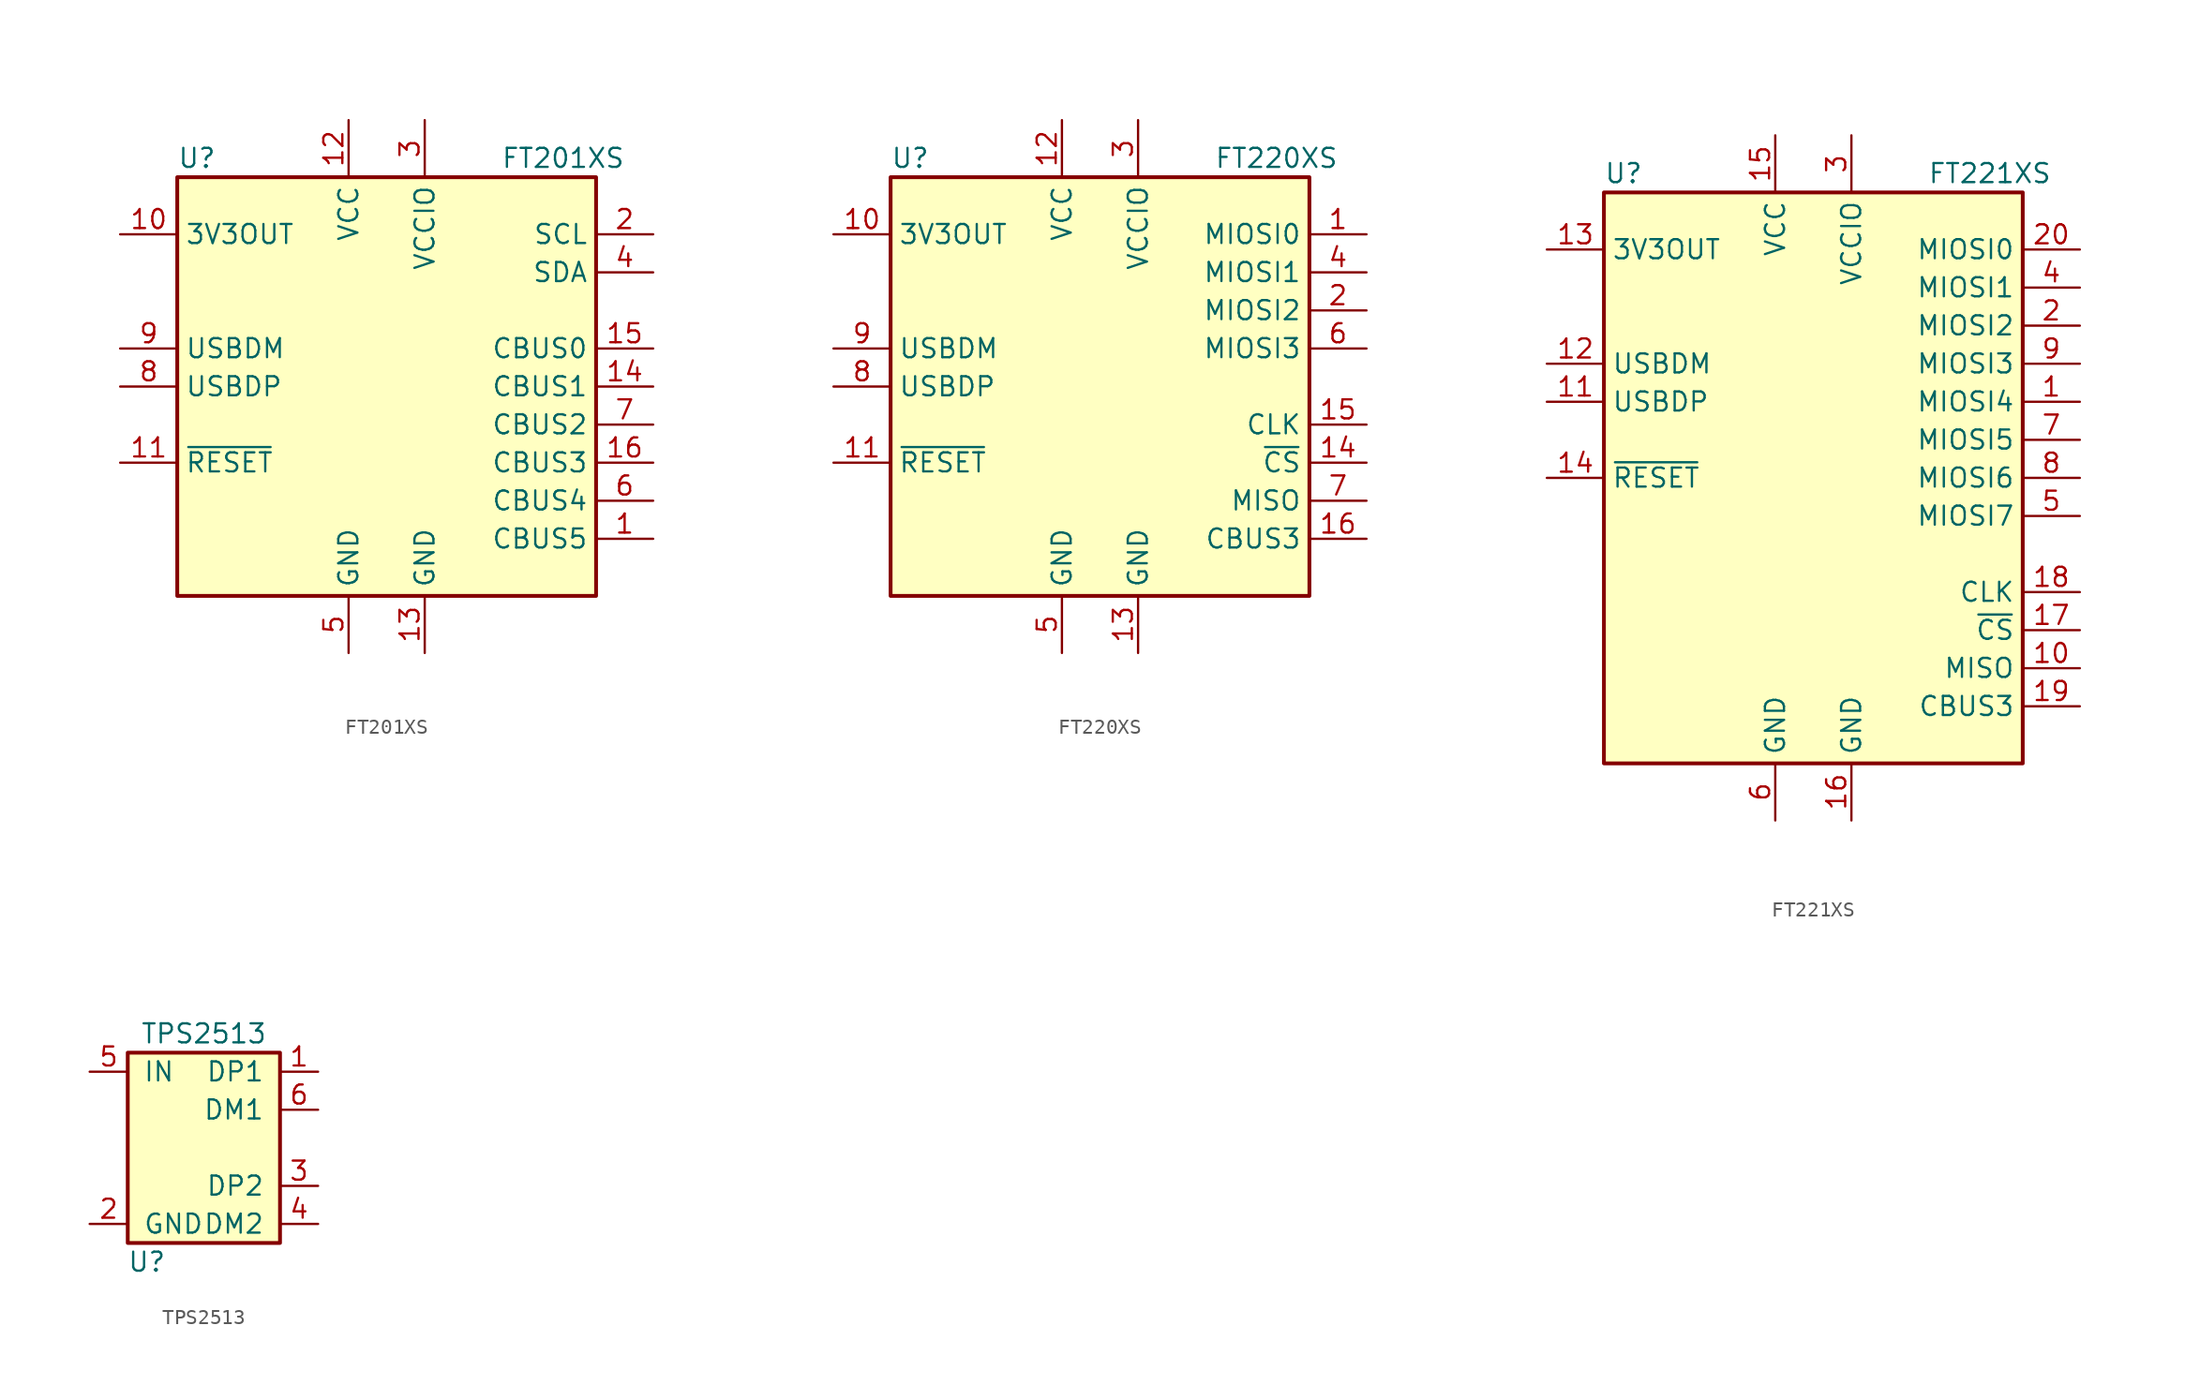
<source format=kicad_sym>
(kicad_symbol_lib
  (version 20220914)
  (generator kicad_symbol_editor)
  (symbol "FT201XS"
    (property "Reference" "U"
      (at -13.97 15.24 0)
      (effects (font (size 1.27 1.27)) (justify left)))
    (property "Value" "FT201XS"
      (at 7.62 15.24 0)
      (effects (font (size 1.27 1.27)) (justify left)))
    (symbol "FT201XS_0_1"
      (rectangle (start -13.97 13.97) (end 13.97 -13.97) (stroke (width 0.254) (type default)) (fill (type background))))
    (symbol "FT201XS_1_1"
      (pin bidirectional line (at 17.78 -10.16 180) (length 3.81) (name "CBUS5" (effects (font (size 1.27 1.27)))) (number "1" (effects (font (size 1.27 1.27)))))
      (pin power_out line (at -17.78 10.16 0) (length 3.81) (name "3V3OUT" (effects (font (size 1.27 1.27)))) (number "10" (effects (font (size 1.27 1.27)))))
      (pin input line (at -17.78 -5.08 0) (length 3.81) (name "~{RESET}" (effects (font (size 1.27 1.27)))) (number "11" (effects (font (size 1.27 1.27)))))
      (pin power_in line (at -2.54 17.78 270) (length 3.81) (name "VCC" (effects (font (size 1.27 1.27)))) (number "12" (effects (font (size 1.27 1.27)))))
      (pin power_in line (at 2.54 -17.78 90) (length 3.81) (name "GND" (effects (font (size 1.27 1.27)))) (number "13" (effects (font (size 1.27 1.27)))))
      (pin bidirectional line (at 17.78 0 180) (length 3.81) (name "CBUS1" (effects (font (size 1.27 1.27)))) (number "14" (effects (font (size 1.27 1.27)))))
      (pin bidirectional line (at 17.78 2.54 180) (length 3.81) (name "CBUS0" (effects (font (size 1.27 1.27)))) (number "15" (effects (font (size 1.27 1.27)))))
      (pin bidirectional line (at 17.78 -5.08 180) (length 3.81) (name "CBUS3" (effects (font (size 1.27 1.27)))) (number "16" (effects (font (size 1.27 1.27)))))
      (pin input line (at 17.78 10.16 180) (length 3.81) (name "SCL" (effects (font (size 1.27 1.27)))) (number "2" (effects (font (size 1.27 1.27)))))
      (pin power_out line (at 2.54 17.78 270) (length 3.81) (name "VCCIO" (effects (font (size 1.27 1.27)))) (number "3" (effects (font (size 1.27 1.27)))))
      (pin bidirectional line (at 17.78 7.62 180) (length 3.81) (name "SDA" (effects (font (size 1.27 1.27)))) (number "4" (effects (font (size 1.27 1.27)))))
      (pin power_in line (at -2.54 -17.78 90) (length 3.81) (name "GND" (effects (font (size 1.27 1.27)))) (number "5" (effects (font (size 1.27 1.27)))))
      (pin bidirectional line (at 17.78 -7.62 180) (length 3.81) (name "CBUS4" (effects (font (size 1.27 1.27)))) (number "6" (effects (font (size 1.27 1.27)))))
      (pin bidirectional line (at 17.78 -2.54 180) (length 3.81) (name "CBUS2" (effects (font (size 1.27 1.27)))) (number "7" (effects (font (size 1.27 1.27)))))
      (pin bidirectional line (at -17.78 0 0) (length 3.81) (name "USBDP" (effects (font (size 1.27 1.27)))) (number "8" (effects (font (size 1.27 1.27)))))
      (pin bidirectional line (at -17.78 2.54 0) (length 3.81) (name "USBDM" (effects (font (size 1.27 1.27)))) (number "9" (effects (font (size 1.27 1.27)))))))
  (symbol "FT220XS"
    (property "Reference" "U"
      (at -13.97 15.24 0)
      (effects (font (size 1.27 1.27)) (justify left)))
    (property "Value" "FT220XS"
      (at 7.62 15.24 0)
      (effects (font (size 1.27 1.27)) (justify left)))
    (symbol "FT220XS_0_1"
      (rectangle (start -13.97 13.97) (end 13.97 -13.97) (stroke (width 0.254) (type default)) (fill (type background))))
    (symbol "FT220XS_1_1"
      (pin input line (at 17.78 10.16 180) (length 3.81) (name "MIOSI0" (effects (font (size 1.27 1.27)))) (number "1" (effects (font (size 1.27 1.27)))))
      (pin power_out line (at -17.78 10.16 0) (length 3.81) (name "3V3OUT" (effects (font (size 1.27 1.27)))) (number "10" (effects (font (size 1.27 1.27)))))
      (pin input line (at -17.78 -5.08 0) (length 3.81) (name "~{RESET}" (effects (font (size 1.27 1.27)))) (number "11" (effects (font (size 1.27 1.27)))))
      (pin power_in line (at -2.54 17.78 270) (length 3.81) (name "VCC" (effects (font (size 1.27 1.27)))) (number "12" (effects (font (size 1.27 1.27)))))
      (pin power_in line (at 2.54 -17.78 90) (length 3.81) (name "GND" (effects (font (size 1.27 1.27)))) (number "13" (effects (font (size 1.27 1.27)))))
      (pin input line (at 17.78 -5.08 180) (length 3.81) (name "~{CS}" (effects (font (size 1.27 1.27)))) (number "14" (effects (font (size 1.27 1.27)))))
      (pin input line (at 17.78 -2.54 180) (length 3.81) (name "CLK" (effects (font (size 1.27 1.27)))) (number "15" (effects (font (size 1.27 1.27)))))
      (pin bidirectional line (at 17.78 -10.16 180) (length 3.81) (name "CBUS3" (effects (font (size 1.27 1.27)))) (number "16" (effects (font (size 1.27 1.27)))))
      (pin input line (at 17.78 5.08 180) (length 3.81) (name "MIOSI2" (effects (font (size 1.27 1.27)))) (number "2" (effects (font (size 1.27 1.27)))))
      (pin power_in line (at 2.54 17.78 270) (length 3.81) (name "VCCIO" (effects (font (size 1.27 1.27)))) (number "3" (effects (font (size 1.27 1.27)))))
      (pin input line (at 17.78 7.62 180) (length 3.81) (name "MIOSI1" (effects (font (size 1.27 1.27)))) (number "4" (effects (font (size 1.27 1.27)))))
      (pin power_in line (at -2.54 -17.78 90) (length 3.81) (name "GND" (effects (font (size 1.27 1.27)))) (number "5" (effects (font (size 1.27 1.27)))))
      (pin input line (at 17.78 2.54 180) (length 3.81) (name "MIOSI3" (effects (font (size 1.27 1.27)))) (number "6" (effects (font (size 1.27 1.27)))))
      (pin input line (at 17.78 -7.62 180) (length 3.81) (name "MISO" (effects (font (size 1.27 1.27)))) (number "7" (effects (font (size 1.27 1.27)))))
      (pin bidirectional line (at -17.78 0 0) (length 3.81) (name "USBDP" (effects (font (size 1.27 1.27)))) (number "8" (effects (font (size 1.27 1.27)))))
      (pin bidirectional line (at -17.78 2.54 0) (length 3.81) (name "USBDM" (effects (font (size 1.27 1.27)))) (number "9" (effects (font (size 1.27 1.27)))))))
  (symbol "FT221XS"
    (property "Reference" "U"
      (at -13.97 20.32 0)
      (effects (font (size 1.27 1.27)) (justify left)))
    (property "Value" "FT221XS"
      (at 7.62 20.32 0)
      (effects (font (size 1.27 1.27)) (justify left)))
    (symbol "FT221XS_0_1"
      (rectangle (start -13.97 19.05) (end 13.97 -19.05) (stroke (width 0.254) (type default)) (fill (type background))))
    (symbol "FT221XS_1_1"
      (pin input line (at 17.78 5.08 180) (length 3.81) (name "MIOSI4" (effects (font (size 1.27 1.27)))) (number "1" (effects (font (size 1.27 1.27)))))
      (pin input line (at 17.78 -12.7 180) (length 3.81) (name "MISO" (effects (font (size 1.27 1.27)))) (number "10" (effects (font (size 1.27 1.27)))))
      (pin bidirectional line (at -17.78 5.08 0) (length 3.81) (name "USBDP" (effects (font (size 1.27 1.27)))) (number "11" (effects (font (size 1.27 1.27)))))
      (pin bidirectional line (at -17.78 7.62 0) (length 3.81) (name "USBDM" (effects (font (size 1.27 1.27)))) (number "12" (effects (font (size 1.27 1.27)))))
      (pin power_out line (at -17.78 15.24 0) (length 3.81) (name "3V3OUT" (effects (font (size 1.27 1.27)))) (number "13" (effects (font (size 1.27 1.27)))))
      (pin input line (at -17.78 0 0) (length 3.81) (name "~{RESET}" (effects (font (size 1.27 1.27)))) (number "14" (effects (font (size 1.27 1.27)))))
      (pin power_in line (at -2.54 22.86 270) (length 3.81) (name "VCC" (effects (font (size 1.27 1.27)))) (number "15" (effects (font (size 1.27 1.27)))))
      (pin power_in line (at 2.54 -22.86 90) (length 3.81) (name "GND" (effects (font (size 1.27 1.27)))) (number "16" (effects (font (size 1.27 1.27)))))
      (pin input line (at 17.78 -10.16 180) (length 3.81) (name "~{CS}" (effects (font (size 1.27 1.27)))) (number "17" (effects (font (size 1.27 1.27)))))
      (pin input line (at 17.78 -7.62 180) (length 3.81) (name "CLK" (effects (font (size 1.27 1.27)))) (number "18" (effects (font (size 1.27 1.27)))))
      (pin bidirectional line (at 17.78 -15.24 180) (length 3.81) (name "CBUS3" (effects (font (size 1.27 1.27)))) (number "19" (effects (font (size 1.27 1.27)))))
      (pin input line (at 17.78 10.16 180) (length 3.81) (name "MIOSI2" (effects (font (size 1.27 1.27)))) (number "2" (effects (font (size 1.27 1.27)))))
      (pin input line (at 17.78 15.24 180) (length 3.81) (name "MIOSI0" (effects (font (size 1.27 1.27)))) (number "20" (effects (font (size 1.27 1.27)))))
      (pin power_in line (at 2.54 22.86 270) (length 3.81) (name "VCCIO" (effects (font (size 1.27 1.27)))) (number "3" (effects (font (size 1.27 1.27)))))
      (pin input line (at 17.78 12.7 180) (length 3.81) (name "MIOSI1" (effects (font (size 1.27 1.27)))) (number "4" (effects (font (size 1.27 1.27)))))
      (pin input line (at 17.78 -2.54 180) (length 3.81) (name "MIOSI7" (effects (font (size 1.27 1.27)))) (number "5" (effects (font (size 1.27 1.27)))))
      (pin power_in line (at -2.54 -22.86 90) (length 3.81) (name "GND" (effects (font (size 1.27 1.27)))) (number "6" (effects (font (size 1.27 1.27)))))
      (pin input line (at 17.78 2.54 180) (length 3.81) (name "MIOSI5" (effects (font (size 1.27 1.27)))) (number "7" (effects (font (size 1.27 1.27)))))
      (pin input line (at 17.78 0 180) (length 3.81) (name "MIOSI6" (effects (font (size 1.27 1.27)))) (number "8" (effects (font (size 1.27 1.27)))))
      (pin input line (at 17.78 7.62 180) (length 3.81) (name "MIOSI3" (effects (font (size 1.27 1.27)))) (number "9" (effects (font (size 1.27 1.27)))))))
  (symbol "TPS2513"
    (pin_names
      (offset 1.016))
    (property "Reference" "U"
      (at -3.81 -7.62 0)
      (effects (font (size 1.27 1.27))))
    (property "Value" "TPS2513"
      (at 0 7.62 0)
      (effects (font (size 1.27 1.27))))
    (symbol "TPS2513_0_1"
      (rectangle (start -5.08 6.35) (end 5.08 -6.35) (stroke (width 0.254) (type default)) (fill (type background))))
    (symbol "TPS2513_1_1"
      (pin input line (at 7.62 5.08 180) (length 2.54) (name "DP1" (effects (font (size 1.27 1.27)))) (number "1" (effects (font (size 1.27 1.27)))))
      (pin power_in line (at -7.62 -5.08 0) (length 2.54) (name "GND" (effects (font (size 1.27 1.27)))) (number "2" (effects (font (size 1.27 1.27)))))
      (pin input line (at 7.62 -2.54 180) (length 2.54) (name "DP2" (effects (font (size 1.27 1.27)))) (number "3" (effects (font (size 1.27 1.27)))))
      (pin input line (at 7.62 -5.08 180) (length 2.54) (name "DM2" (effects (font (size 1.27 1.27)))) (number "4" (effects (font (size 1.27 1.27)))))
      (pin power_in line (at -7.62 5.08 0) (length 2.54) (name "IN" (effects (font (size 1.27 1.27)))) (number "5" (effects (font (size 1.27 1.27)))))
      (pin input line (at 7.62 2.54 180) (length 2.54) (name "DM1" (effects (font (size 1.27 1.27)))) (number "6" (effects (font (size 1.27 1.27))))))))
</source>
